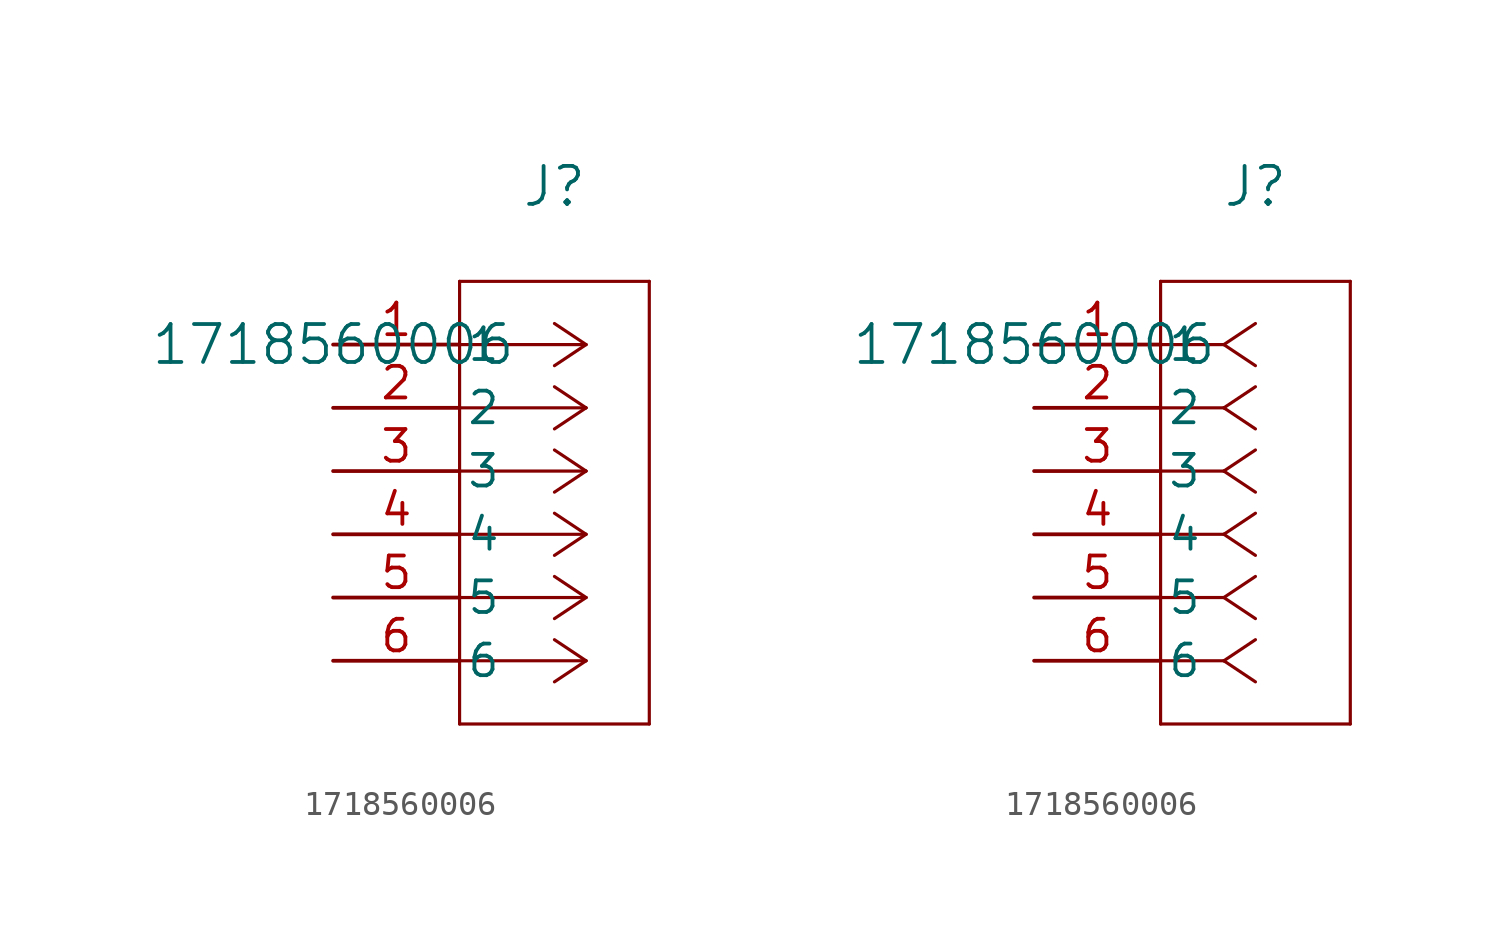
<source format=kicad_sym>
(kicad_symbol_lib
  (version 20211014)
  (generator kicad_symbol_editor)
  (symbol "1718560006"
    (pin_names
      (offset 0.254))
    (property "Reference" "J"
      (at 8.89 6.35 0)
      (effects (font (size 1.524 1.524))))
    (property "Value" "1718560006"
      (at 0 0 0)
      (effects (font (size 1.524 1.524))))
    (symbol "1718560006_1_1"
      (polyline (pts (xy 10.16 0) (xy 5.08 0)) (stroke (width 0.127) (type default) (color 0 0 0 0)) (fill (type none)))
      (polyline (pts (xy 10.16 -2.54) (xy 5.08 -2.54)) (stroke (width 0.127) (type default) (color 0 0 0 0)) (fill (type none)))
      (polyline (pts (xy 10.16 -5.08) (xy 5.08 -5.08)) (stroke (width 0.127) (type default) (color 0 0 0 0)) (fill (type none)))
      (polyline (pts (xy 10.16 -7.62) (xy 5.08 -7.62)) (stroke (width 0.127) (type default) (color 0 0 0 0)) (fill (type none)))
      (polyline (pts (xy 10.16 -10.16) (xy 5.08 -10.16)) (stroke (width 0.127) (type default) (color 0 0 0 0)) (fill (type none)))
      (polyline (pts (xy 10.16 -12.7) (xy 5.08 -12.7)) (stroke (width 0.127) (type default) (color 0 0 0 0)) (fill (type none)))
      (polyline (pts (xy 10.16 0) (xy 8.89 0.847)) (stroke (width 0.127) (type default) (color 0 0 0 0)) (fill (type none)))
      (polyline (pts (xy 10.16 -2.54) (xy 8.89 -1.693)) (stroke (width 0.127) (type default) (color 0 0 0 0)) (fill (type none)))
      (polyline (pts (xy 10.16 -5.08) (xy 8.89 -4.233)) (stroke (width 0.127) (type default) (color 0 0 0 0)) (fill (type none)))
      (polyline (pts (xy 10.16 -7.62) (xy 8.89 -6.773)) (stroke (width 0.127) (type default) (color 0 0 0 0)) (fill (type none)))
      (polyline (pts (xy 10.16 -10.16) (xy 8.89 -9.313)) (stroke (width 0.127) (type default) (color 0 0 0 0)) (fill (type none)))
      (polyline (pts (xy 10.16 -12.7) (xy 8.89 -11.853)) (stroke (width 0.127) (type default) (color 0 0 0 0)) (fill (type none)))
      (polyline (pts (xy 10.16 0) (xy 8.89 -0.847)) (stroke (width 0.127) (type default) (color 0 0 0 0)) (fill (type none)))
      (polyline (pts (xy 10.16 -2.54) (xy 8.89 -3.387)) (stroke (width 0.127) (type default) (color 0 0 0 0)) (fill (type none)))
      (polyline (pts (xy 10.16 -5.08) (xy 8.89 -5.927)) (stroke (width 0.127) (type default) (color 0 0 0 0)) (fill (type none)))
      (polyline (pts (xy 10.16 -7.62) (xy 8.89 -8.467)) (stroke (width 0.127) (type default) (color 0 0 0 0)) (fill (type none)))
      (polyline (pts (xy 10.16 -10.16) (xy 8.89 -11.007)) (stroke (width 0.127) (type default) (color 0 0 0 0)) (fill (type none)))
      (polyline (pts (xy 10.16 -12.7) (xy 8.89 -13.547)) (stroke (width 0.127) (type default) (color 0 0 0 0)) (fill (type none)))
      (polyline (pts (xy 5.08 2.54) (xy 5.08 -15.24)) (stroke (width 0.127) (type default) (color 0 0 0 0)) (fill (type none)))
      (polyline (pts (xy 5.08 -15.24) (xy 12.7 -15.24)) (stroke (width 0.127) (type default) (color 0 0 0 0)) (fill (type none)))
      (polyline (pts (xy 12.7 -15.24) (xy 12.7 2.54)) (stroke (width 0.127) (type default) (color 0 0 0 0)) (fill (type none)))
      (polyline (pts (xy 12.7 2.54) (xy 5.08 2.54)) (stroke (width 0.127) (type default) (color 0 0 0 0)) (fill (type none)))
      (pin unspecified line (at 0 0 0) (length 5.08) (name "1" (effects (font (size 1.27 1.27)))) (number "1" (effects (font (size 1.27 1.27)))))
      (pin unspecified line (at 0 -2.54 0) (length 5.08) (name "2" (effects (font (size 1.27 1.27)))) (number "2" (effects (font (size 1.27 1.27)))))
      (pin unspecified line (at 0 -5.08 0) (length 5.08) (name "3" (effects (font (size 1.27 1.27)))) (number "3" (effects (font (size 1.27 1.27)))))
      (pin unspecified line (at 0 -7.62 0) (length 5.08) (name "4" (effects (font (size 1.27 1.27)))) (number "4" (effects (font (size 1.27 1.27)))))
      (pin unspecified line (at 0 -10.16 0) (length 5.08) (name "5" (effects (font (size 1.27 1.27)))) (number "5" (effects (font (size 1.27 1.27)))))
      (pin unspecified line (at 0 -12.7 0) (length 5.08) (name "6" (effects (font (size 1.27 1.27)))) (number "6" (effects (font (size 1.27 1.27))))))
    (symbol "1718560006_1_2"
      (polyline (pts (xy 7.62 0) (xy 5.08 0)) (stroke (width 0.127) (type default) (color 0 0 0 0)) (fill (type none)))
      (polyline (pts (xy 7.62 -2.54) (xy 5.08 -2.54)) (stroke (width 0.127) (type default) (color 0 0 0 0)) (fill (type none)))
      (polyline (pts (xy 7.62 -5.08) (xy 5.08 -5.08)) (stroke (width 0.127) (type default) (color 0 0 0 0)) (fill (type none)))
      (polyline (pts (xy 7.62 -7.62) (xy 5.08 -7.62)) (stroke (width 0.127) (type default) (color 0 0 0 0)) (fill (type none)))
      (polyline (pts (xy 7.62 -10.16) (xy 5.08 -10.16)) (stroke (width 0.127) (type default) (color 0 0 0 0)) (fill (type none)))
      (polyline (pts (xy 7.62 -12.7) (xy 5.08 -12.7)) (stroke (width 0.127) (type default) (color 0 0 0 0)) (fill (type none)))
      (polyline (pts (xy 7.62 0) (xy 8.89 0.847)) (stroke (width 0.127) (type default) (color 0 0 0 0)) (fill (type none)))
      (polyline (pts (xy 7.62 -2.54) (xy 8.89 -1.693)) (stroke (width 0.127) (type default) (color 0 0 0 0)) (fill (type none)))
      (polyline (pts (xy 7.62 -5.08) (xy 8.89 -4.233)) (stroke (width 0.127) (type default) (color 0 0 0 0)) (fill (type none)))
      (polyline (pts (xy 7.62 -7.62) (xy 8.89 -6.773)) (stroke (width 0.127) (type default) (color 0 0 0 0)) (fill (type none)))
      (polyline (pts (xy 7.62 -10.16) (xy 8.89 -9.313)) (stroke (width 0.127) (type default) (color 0 0 0 0)) (fill (type none)))
      (polyline (pts (xy 7.62 -12.7) (xy 8.89 -11.853)) (stroke (width 0.127) (type default) (color 0 0 0 0)) (fill (type none)))
      (polyline (pts (xy 7.62 0) (xy 8.89 -0.847)) (stroke (width 0.127) (type default) (color 0 0 0 0)) (fill (type none)))
      (polyline (pts (xy 7.62 -2.54) (xy 8.89 -3.387)) (stroke (width 0.127) (type default) (color 0 0 0 0)) (fill (type none)))
      (polyline (pts (xy 7.62 -5.08) (xy 8.89 -5.927)) (stroke (width 0.127) (type default) (color 0 0 0 0)) (fill (type none)))
      (polyline (pts (xy 7.62 -7.62) (xy 8.89 -8.467)) (stroke (width 0.127) (type default) (color 0 0 0 0)) (fill (type none)))
      (polyline (pts (xy 7.62 -10.16) (xy 8.89 -11.007)) (stroke (width 0.127) (type default) (color 0 0 0 0)) (fill (type none)))
      (polyline (pts (xy 7.62 -12.7) (xy 8.89 -13.547)) (stroke (width 0.127) (type default) (color 0 0 0 0)) (fill (type none)))
      (polyline (pts (xy 5.08 2.54) (xy 5.08 -15.24)) (stroke (width 0.127) (type default) (color 0 0 0 0)) (fill (type none)))
      (polyline (pts (xy 5.08 -15.24) (xy 12.7 -15.24)) (stroke (width 0.127) (type default) (color 0 0 0 0)) (fill (type none)))
      (polyline (pts (xy 12.7 -15.24) (xy 12.7 2.54)) (stroke (width 0.127) (type default) (color 0 0 0 0)) (fill (type none)))
      (polyline (pts (xy 12.7 2.54) (xy 5.08 2.54)) (stroke (width 0.127) (type default) (color 0 0 0 0)) (fill (type none)))
      (pin unspecified line (at 0 0 0) (length 5.08) (name "1" (effects (font (size 1.27 1.27)))) (number "1" (effects (font (size 1.27 1.27)))))
      (pin unspecified line (at 0 -2.54 0) (length 5.08) (name "2" (effects (font (size 1.27 1.27)))) (number "2" (effects (font (size 1.27 1.27)))))
      (pin unspecified line (at 0 -5.08 0) (length 5.08) (name "3" (effects (font (size 1.27 1.27)))) (number "3" (effects (font (size 1.27 1.27)))))
      (pin unspecified line (at 0 -7.62 0) (length 5.08) (name "4" (effects (font (size 1.27 1.27)))) (number "4" (effects (font (size 1.27 1.27)))))
      (pin unspecified line (at 0 -10.16 0) (length 5.08) (name "5" (effects (font (size 1.27 1.27)))) (number "5" (effects (font (size 1.27 1.27)))))
      (pin unspecified line (at 0 -12.7 0) (length 5.08) (name "6" (effects (font (size 1.27 1.27)))) (number "6" (effects (font (size 1.27 1.27))))))))
</source>
